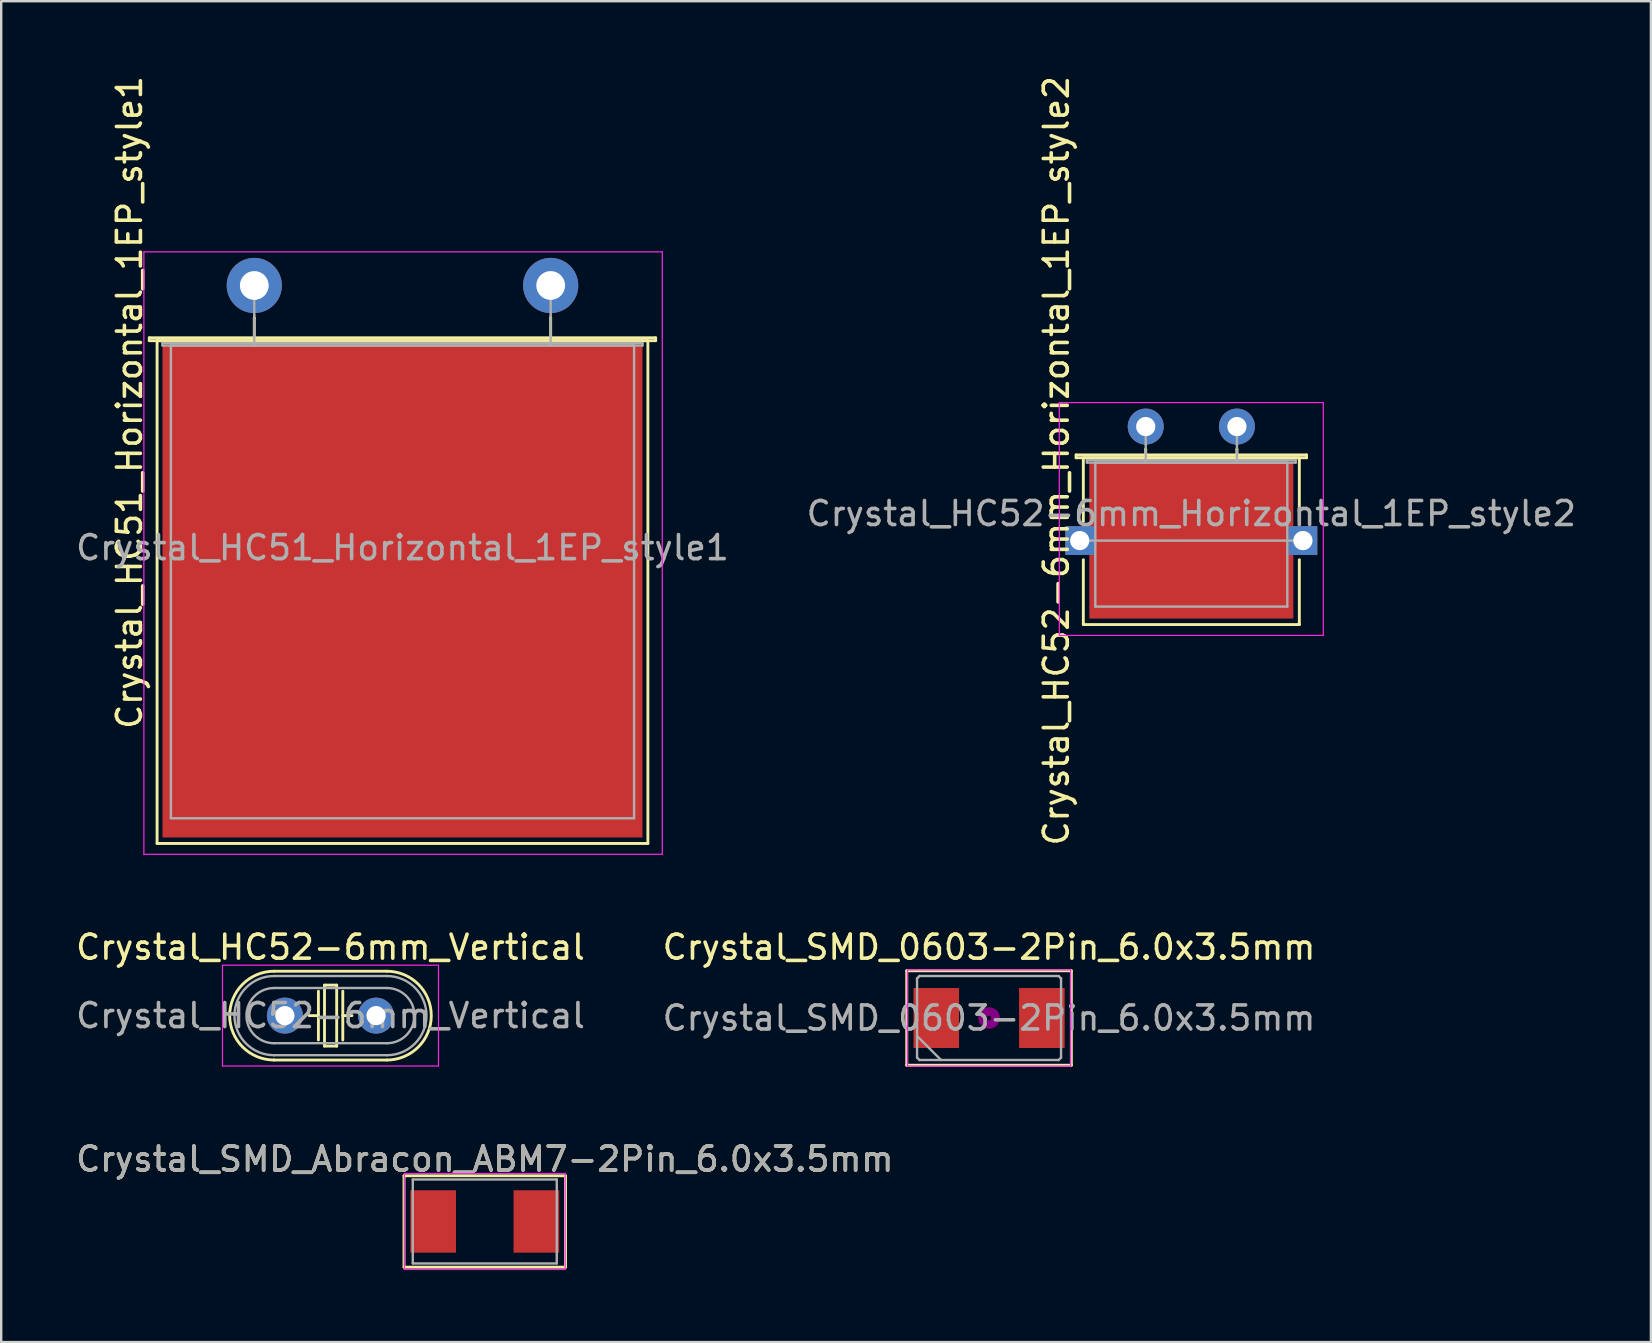
<source format=kicad_pcb>
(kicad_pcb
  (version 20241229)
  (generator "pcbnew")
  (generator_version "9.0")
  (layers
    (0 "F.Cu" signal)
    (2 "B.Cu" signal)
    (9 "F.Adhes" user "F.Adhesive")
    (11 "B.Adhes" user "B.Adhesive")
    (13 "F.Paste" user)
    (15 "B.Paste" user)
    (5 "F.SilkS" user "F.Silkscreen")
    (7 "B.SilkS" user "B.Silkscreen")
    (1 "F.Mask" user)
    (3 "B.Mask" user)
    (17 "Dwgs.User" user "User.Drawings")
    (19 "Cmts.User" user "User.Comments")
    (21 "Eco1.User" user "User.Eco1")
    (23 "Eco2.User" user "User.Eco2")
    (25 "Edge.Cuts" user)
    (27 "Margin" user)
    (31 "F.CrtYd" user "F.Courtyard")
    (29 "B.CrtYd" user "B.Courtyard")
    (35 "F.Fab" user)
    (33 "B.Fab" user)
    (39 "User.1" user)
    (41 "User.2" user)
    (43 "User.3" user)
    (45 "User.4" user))
  (footprint "Crystal_SMD_0603-2Pin_6.0x3.5mm"
    (layer "F.Cu")
    (at 38.161 39.368)
    (property "Reference" "Crystal_SMD_0603-2Pin_6.0x3.5mm" (at 0 -2.95 0) (layer "F.SilkS") (effects (font (size 1 1) (thickness 0.15))))
    (attr smd)
    (fp_line (start -3.429 -1.968) (end -3.429 1.968) (stroke (width 0.12) (type solid)) (layer "F.SilkS"))
    (fp_line (start -3.429 1.968) (end 3.429 1.968) (stroke (width 0.12) (type solid)) (layer "F.SilkS"))
    (fp_line (start 3.429 -1.968) (end -3.429 -1.968) (stroke (width 0.12) (type solid)) (layer "F.SilkS"))
    (fp_line (start 3.429 1.968) (end 3.429 -1.968) (stroke (width 0.12) (type solid)) (layer "F.SilkS"))
    (fp_circle (center 0 0) (end 0.093 0) (stroke (width 0.187) (type solid)) (fill no) (layer "F.Adhes"))
    (fp_circle (center 0 0) (end 0.213 0) (stroke (width 0.133) (type solid)) (fill no) (layer "F.Adhes"))
    (fp_circle (center 0 0) (end 0.333 0) (stroke (width 0.133) (type solid)) (fill no) (layer "F.Adhes"))
    (fp_circle (center 0 0) (end 0.4 0) (stroke (width 0.1) (type solid)) (fill no) (layer "F.Adhes"))
    (fp_line (start -3.4 -2) (end -3.4 2) (stroke (width 0.05) (type solid)) (layer "F.CrtYd"))
    (fp_line (start -3.4 2) (end 3.4 2) (stroke (width 0.05) (type solid)) (layer "F.CrtYd"))
    (fp_line (start 3.4 -2) (end -3.4 -2) (stroke (width 0.05) (type solid)) (layer "F.CrtYd"))
    (fp_line (start 3.4 2) (end 3.4 -2) (stroke (width 0.05) (type solid)) (layer "F.CrtYd"))
    (fp_line (start -3 -1.65) (end -2.9 -1.75) (stroke (width 0.1) (type solid)) (layer "F.Fab"))
    (fp_line (start -3 0.75) (end -2 1.75) (stroke (width 0.1) (type solid)) (layer "F.Fab"))
    (fp_line (start -3 1.65) (end -3 -1.65) (stroke (width 0.1) (type solid)) (layer "F.Fab"))
    (fp_line (start -2.9 -1.75) (end 2.9 -1.75) (stroke (width 0.1) (type solid)) (layer "F.Fab"))
    (fp_line (start -2.9 1.75) (end -3 1.65) (stroke (width 0.1) (type solid)) (layer "F.Fab"))
    (fp_line (start 2.9 -1.75) (end 3 -1.65) (stroke (width 0.1) (type solid)) (layer "F.Fab"))
    (fp_line (start 2.9 1.75) (end -2.9 1.75) (stroke (width 0.1) (type solid)) (layer "F.Fab"))
    (fp_line (start 3 -1.65) (end 3 1.65) (stroke (width 0.1) (type solid)) (layer "F.Fab"))
    (fp_line (start 3 1.65) (end 2.9 1.75) (stroke (width 0.1) (type solid)) (layer "F.Fab"))
    (fp_text user "${REFERENCE}" (at 0 0 0) (layer "F.Fab") (effects (font (size 1 1) (thickness 0.15))))
    (pad "1" smd rect (at -2.2 0) (size 1.9 2.5) (layers "F.Cu" "F.Mask" "F.Paste"))
    (pad "2" smd rect (at 2.2 0) (size 1.9 2.5) (layers "F.Cu" "F.Mask" "F.Paste")))
  (footprint "Crystal_HC51_Horizontal_1EP_style1"
    (layer "F.Cu")
    (at 7.545 8.845)
    (property "Reference" "Crystal_HC51_Horizontal_1EP_style1" (at -5.2 4.875 90) (layer "F.SilkS") (effects (font (size 1 1) (thickness 0.15))))
    (attr through_hole)
    (fp_line (start -4.375 2.18) (end 16.725 2.18) (stroke (width 0.12) (type solid)) (layer "F.SilkS"))
    (fp_line (start -4.375 2.3) (end -4.375 2.18) (stroke (width 0.12) (type solid)) (layer "F.SilkS"))
    (fp_line (start -4.05 2.3) (end -4.05 23.25) (stroke (width 0.12) (type solid)) (layer "F.SilkS"))
    (fp_line (start -4.05 23.25) (end 16.4 23.25) (stroke (width 0.12) (type solid)) (layer "F.SilkS"))
    (fp_line (start 0 1.35) (end 0 1.35) (stroke (width 0.12) (type solid)) (layer "F.SilkS"))
    (fp_line (start 0 2.3) (end 0 1.35) (stroke (width 0.12) (type solid)) (layer "F.SilkS"))
    (fp_line (start 12.35 1.35) (end 12.35 1.35) (stroke (width 0.12) (type solid)) (layer "F.SilkS"))
    (fp_line (start 12.35 2.3) (end 12.35 1.35) (stroke (width 0.12) (type solid)) (layer "F.SilkS"))
    (fp_line (start 16.375 2.3) (end -4.025 2.3) (stroke (width 0.12) (type solid)) (layer "F.SilkS"))
    (fp_line (start 16.4 23.25) (end 16.4 2.3) (stroke (width 0.12) (type solid)) (layer "F.SilkS"))
    (fp_line (start 16.725 2.18) (end 16.725 2.3) (stroke (width 0.12) (type solid)) (layer "F.SilkS"))
    (fp_line (start 16.725 2.3) (end -4.375 2.3) (stroke (width 0.12) (type solid)) (layer "F.SilkS"))
    (fp_line (start -4.6 -1.4) (end -4.6 23.7) (stroke (width 0.05) (type solid)) (layer "F.CrtYd"))
    (fp_line (start -4.6 23.7) (end 17 23.7) (stroke (width 0.05) (type solid)) (layer "F.CrtYd"))
    (fp_line (start 17 -1.4) (end -4.6 -1.4) (stroke (width 0.05) (type solid)) (layer "F.CrtYd"))
    (fp_line (start 17 23.7) (end 17 -1.4) (stroke (width 0.05) (type solid)) (layer "F.CrtYd"))
    (fp_line (start -3.825 2.4) (end 16.175 2.4) (stroke (width 0.1) (type solid)) (layer "F.Fab"))
    (fp_line (start -3.825 2.5) (end -3.825 2.4) (stroke (width 0.1) (type solid)) (layer "F.Fab"))
    (fp_line (start -3.475 2.5) (end -3.475 22.2) (stroke (width 0.1) (type solid)) (layer "F.Fab"))
    (fp_line (start -3.475 22.2) (end 15.825 22.2) (stroke (width 0.1) (type solid)) (layer "F.Fab"))
    (fp_line (start 0 1.25) (end 0 0) (stroke (width 0.1) (type solid)) (layer "F.Fab"))
    (fp_line (start 0 2.5) (end 0 1.25) (stroke (width 0.1) (type solid)) (layer "F.Fab"))
    (fp_line (start 12.35 1.25) (end 12.35 0) (stroke (width 0.1) (type solid)) (layer "F.Fab"))
    (fp_line (start 12.35 2.5) (end 12.35 1.25) (stroke (width 0.1) (type solid)) (layer "F.Fab"))
    (fp_line (start 15.825 2.5) (end -3.475 2.5) (stroke (width 0.1) (type solid)) (layer "F.Fab"))
    (fp_line (start 15.825 22.2) (end 15.825 2.5) (stroke (width 0.1) (type solid)) (layer "F.Fab"))
    (fp_line (start 16.175 2.4) (end 16.175 2.5) (stroke (width 0.1) (type solid)) (layer "F.Fab"))
    (fp_line (start 16.175 2.5) (end -3.825 2.5) (stroke (width 0.1) (type solid)) (layer "F.Fab"))
    (fp_text user "${REFERENCE}" (at 6.175 10.925 0) (layer "F.Fab") (effects (font (size 1 1) (thickness 0.15))))
    (pad "1" thru_hole circle (at 0 0) (size 2.3 2.3) (drill 1.2) (layers "*.Cu" "*.Mask"))
    (pad "2" thru_hole circle (at 12.35 0) (size 2.3 2.3) (drill 1.2) (layers "*.Cu" "*.Mask"))
    (pad "3" smd rect (at 6.175 12.75) (size 20 20.5) (layers "F.Cu" "F.Mask" "F.Paste")))
  (footprint "Crystal_HC52-6mm_Horizontal_1EP_style2"
    (layer "F.Cu")
    (at 44.689 14.724)
    (property "Reference" "Crystal_HC52-6mm_Horizontal_1EP_style2" (at -3.725 1.425 90) (layer "F.SilkS") (effects (font (size 1 1) (thickness 0.15))))
    (attr through_hole)
    (fp_line (start -2.9 1.18) (end 6.7 1.18) (stroke (width 0.12) (type solid)) (layer "F.SilkS"))
    (fp_line (start -2.9 1.3) (end -2.9 1.18) (stroke (width 0.12) (type solid)) (layer "F.SilkS"))
    (fp_line (start -2.6 3.95) (end -2.6 1.3) (stroke (width 0.12) (type solid)) (layer "F.SilkS"))
    (fp_line (start -2.6 5.55) (end -2.6 8.2) (stroke (width 0.12) (type solid)) (layer "F.SilkS"))
    (fp_line (start -2.6 8.2) (end -2.6 8.25) (stroke (width 0.12) (type solid)) (layer "F.SilkS"))
    (fp_line (start -2.6 8.25) (end 6.35 8.25) (stroke (width 0.12) (type solid)) (layer "F.SilkS"))
    (fp_line (start -2.55 1.3) (end 6.35 1.3) (stroke (width 0.12) (type solid)) (layer "F.SilkS"))
    (fp_line (start 0 0.95) (end 0 0.95) (stroke (width 0.12) (type solid)) (layer "F.SilkS"))
    (fp_line (start 0 1.3) (end 0 0.95) (stroke (width 0.12) (type solid)) (layer "F.SilkS"))
    (fp_line (start 3.8 0.95) (end 3.8 0.95) (stroke (width 0.12) (type solid)) (layer "F.SilkS"))
    (fp_line (start 3.8 1.3) (end 3.8 0.95) (stroke (width 0.12) (type solid)) (layer "F.SilkS"))
    (fp_line (start 6.35 8.25) (end 6.4 8.25) (stroke (width 0.12) (type solid)) (layer "F.SilkS"))
    (fp_line (start 6.4 1.3) (end 6.4 3.95) (stroke (width 0.12) (type solid)) (layer "F.SilkS"))
    (fp_line (start 6.4 8.25) (end 6.4 5.55) (stroke (width 0.12) (type solid)) (layer "F.SilkS"))
    (fp_line (start 6.7 1.18) (end 6.7 1.3) (stroke (width 0.12) (type solid)) (layer "F.SilkS"))
    (fp_line (start 6.7 1.3) (end -2.9 1.3) (stroke (width 0.12) (type solid)) (layer "F.SilkS"))
    (fp_line (start -3.6 -1) (end -3.6 8.7) (stroke (width 0.05) (type solid)) (layer "F.CrtYd"))
    (fp_line (start -3.6 8.7) (end 7.4 8.7) (stroke (width 0.05) (type solid)) (layer "F.CrtYd"))
    (fp_line (start 7.4 -1) (end -3.6 -1) (stroke (width 0.05) (type solid)) (layer "F.CrtYd"))
    (fp_line (start 7.4 8.7) (end 7.4 -1) (stroke (width 0.05) (type solid)) (layer "F.CrtYd"))
    (fp_line (start -2.75 4.75) (end 6.55 4.75) (stroke (width 0.1) (type solid)) (layer "F.Fab"))
    (fp_line (start -2.45 1.4) (end 6.25 1.4) (stroke (width 0.1) (type solid)) (layer "F.Fab"))
    (fp_line (start -2.45 1.5) (end -2.45 1.4) (stroke (width 0.1) (type solid)) (layer "F.Fab"))
    (fp_line (start -2.1 1.5) (end -2.1 7.5) (stroke (width 0.1) (type solid)) (layer "F.Fab"))
    (fp_line (start -2.1 7.5) (end 5.9 7.5) (stroke (width 0.1) (type solid)) (layer "F.Fab"))
    (fp_line (start 0 0.75) (end 0 0) (stroke (width 0.1) (type solid)) (layer "F.Fab"))
    (fp_line (start 0 1.5) (end 0 0.75) (stroke (width 0.1) (type solid)) (layer "F.Fab"))
    (fp_line (start 3.8 0.75) (end 3.8 0) (stroke (width 0.1) (type solid)) (layer "F.Fab"))
    (fp_line (start 3.8 1.5) (end 3.8 0.75) (stroke (width 0.1) (type solid)) (layer "F.Fab"))
    (fp_line (start 5.9 1.5) (end -2.1 1.5) (stroke (width 0.1) (type solid)) (layer "F.Fab"))
    (fp_line (start 5.9 7.5) (end 5.9 1.5) (stroke (width 0.1) (type solid)) (layer "F.Fab"))
    (fp_line (start 6.25 1.4) (end 6.25 1.5) (stroke (width 0.1) (type solid)) (layer "F.Fab"))
    (fp_line (start 6.25 1.5) (end -2.45 1.5) (stroke (width 0.1) (type solid)) (layer "F.Fab"))
    (fp_text user "${REFERENCE}" (at 1.9 3.625 0) (layer "F.Fab") (effects (font (size 1 1) (thickness 0.15))))
    (pad "1" thru_hole circle (at 0 0) (size 1.5 1.5) (drill 0.8) (layers "*.Cu" "*.Mask"))
    (pad "2" thru_hole circle (at 3.8 0) (size 1.5 1.5) (drill 0.8) (layers "*.Cu" "*.Mask"))
    (pad "3" thru_hole rect (at -2.75 4.75) (size 1.2 1.2) (drill 0.8) (layers "*.Cu" "*.Mask"))
    (pad "3" smd rect (at 1.9 4.75) (size 8.5 6.5) (layers "F.Cu" "F.Mask" "F.Paste"))
    (pad "3" thru_hole rect (at 6.55 4.75) (size 1.2 1.2) (drill 0.8) (layers "*.Cu" "*.Mask")))
  (footprint "Crystal_SMD_Abracon_ABM7-2Pin_6.0x3.5mm"
    (layer "F.Cu")
    (at 17.149 47.845)
    (property "Reference" "Crystal_SMD_Abracon_ABM7-2Pin_6.0x3.5mm" (at 0 -2.6 0) (layer "F.SilkS") (effects (font (size 1 1) (thickness 0.15))))
    (attr smd)
    (fp_line (start -3.365 -1.905) (end -3.365 1.905) (stroke (width 0.12) (type solid)) (layer "F.SilkS"))
    (fp_line (start -3.365 -1.905) (end 3.365 -1.905) (stroke (width 0.12) (type solid)) (layer "F.SilkS"))
    (fp_line (start 3.365 -1.905) (end 3.365 1.905) (stroke (width 0.12) (type solid)) (layer "F.SilkS"))
    (fp_line (start 3.365 1.905) (end -3.365 1.905) (stroke (width 0.12) (type solid)) (layer "F.SilkS"))
    (fp_line (start -3.35 -2) (end -3.35 2) (stroke (width 0.05) (type solid)) (layer "F.CrtYd"))
    (fp_line (start -3.35 -2) (end 3.35 -2) (stroke (width 0.05) (type solid)) (layer "F.CrtYd"))
    (fp_line (start 3.35 2) (end -3.35 2) (stroke (width 0.05) (type solid)) (layer "F.CrtYd"))
    (fp_line (start 3.35 2) (end 3.35 -2) (stroke (width 0.05) (type solid)) (layer "F.CrtYd"))
    (fp_line (start -3 -1.75) (end -3 1.75) (stroke (width 0.1) (type solid)) (layer "F.Fab"))
    (fp_line (start -3 -1.75) (end 3 -1.75) (stroke (width 0.1) (type solid)) (layer "F.Fab"))
    (fp_line (start -3 1.75) (end 3 1.75) (stroke (width 0.1) (type solid)) (layer "F.Fab"))
    (fp_line (start 3 -1.75) (end 3 1.75) (stroke (width 0.1) (type solid)) (layer "F.Fab"))
    (fp_text user "${REFERENCE}" (at 0 -2.6 0) (layer "F.Fab") (effects (font (size 1 1) (thickness 0.15))))
    (pad "1" smd rect (at -2.15 0) (size 1.9 2.6) (layers "F.Cu" "F.Mask" "F.Paste"))
    (pad "2" smd rect (at 2.15 0) (size 1.9 2.6) (layers "F.Cu" "F.Mask" "F.Paste")))
  (footprint "Crystal_HC52-6mm_Vertical"
    (layer "F.Cu")
    (at 8.82 39.268)
    (property "Reference" "Crystal_HC52-6mm_Vertical" (at 1.9 -2.85 0) (layer "F.SilkS") (effects (font (size 1 1) (thickness 0.15))))
    (attr through_hole)
    (fp_line (start -0.45 -1.85) (end 4.25 -1.85) (stroke (width 0.12) (type solid)) (layer "F.SilkS"))
    (fp_line (start -0.45 1.85) (end 4.25 1.85) (stroke (width 0.12) (type solid)) (layer "F.SilkS"))
    (fp_line (start 1.016 0) (end 1.397 0) (stroke (width 0.12) (type solid)) (layer "F.SilkS"))
    (fp_line (start 1.397 0) (end 1.397 -1.016) (stroke (width 0.12) (type solid)) (layer "F.SilkS"))
    (fp_line (start 1.397 0) (end 1.397 1.016) (stroke (width 0.12) (type solid)) (layer "F.SilkS"))
    (fp_line (start 1.651 -1.27) (end 1.651 1.27) (stroke (width 0.12) (type solid)) (layer "F.SilkS"))
    (fp_line (start 1.651 1.27) (end 2.159 1.27) (stroke (width 0.12) (type solid)) (layer "F.SilkS"))
    (fp_line (start 2.159 -1.27) (end 1.651 -1.27) (stroke (width 0.12) (type solid)) (layer "F.SilkS"))
    (fp_line (start 2.159 1.27) (end 2.159 -1.27) (stroke (width 0.12) (type solid)) (layer "F.SilkS"))
    (fp_line (start 2.413 -1.016) (end 2.413 1.016) (stroke (width 0.12) (type solid)) (layer "F.SilkS"))
    (fp_line (start 2.413 0) (end 2.794 0) (stroke (width 0.12) (type solid)) (layer "F.SilkS"))
    (fp_arc (start -0.45 1.85) (mid -2.3 0) (end -0.45 -1.85) (stroke (width 0.12) (type solid)) (layer "F.SilkS"))
    (fp_arc (start 4.25 -1.85) (mid 6.1 0) (end 4.25 1.85) (stroke (width 0.12) (type solid)) (layer "F.SilkS"))
    (fp_line (start -2.6 -2.1) (end -2.6 2.1) (stroke (width 0.05) (type solid)) (layer "F.CrtYd"))
    (fp_line (start -2.6 2.1) (end 6.4 2.1) (stroke (width 0.05) (type solid)) (layer "F.CrtYd"))
    (fp_line (start 6.4 -2.1) (end -2.6 -2.1) (stroke (width 0.05) (type solid)) (layer "F.CrtYd"))
    (fp_line (start 6.4 2.1) (end 6.4 -2.1) (stroke (width 0.05) (type solid)) (layer "F.CrtYd"))
    (fp_line (start -0.45 -1.65) (end 4.25 -1.65) (stroke (width 0.1) (type solid)) (layer "F.Fab"))
    (fp_line (start -0.45 -1.15) (end 4.25 -1.15) (stroke (width 0.1) (type solid)) (layer "F.Fab"))
    (fp_line (start -0.45 1.15) (end 4.25 1.15) (stroke (width 0.1) (type solid)) (layer "F.Fab"))
    (fp_line (start -0.45 1.65) (end 4.25 1.65) (stroke (width 0.1) (type solid)) (layer "F.Fab"))
    (fp_arc (start -0.45 1.15) (mid -1.6 0) (end -0.45 -1.15) (stroke (width 0.1) (type solid)) (layer "F.Fab"))
    (fp_arc (start -0.45 1.65) (mid -2.1 0) (end -0.45 -1.65) (stroke (width 0.1) (type solid)) (layer "F.Fab"))
    (fp_arc (start 4.25 -1.65) (mid 5.9 0) (end 4.25 1.65) (stroke (width 0.1) (type solid)) (layer "F.Fab"))
    (fp_arc (start 4.25 -1.15) (mid 5.4 0) (end 4.25 1.15) (stroke (width 0.1) (type solid)) (layer "F.Fab"))
    (fp_text user "${REFERENCE}" (at 1.9 0 0) (layer "F.Fab") (effects (font (size 1 1) (thickness 0.15))))
    (pad "1" thru_hole circle (at 0 0) (size 1.5 1.5) (drill 0.8) (layers "*.Cu" "*.Mask"))
    (pad "2" thru_hole circle (at 3.8 0) (size 1.5 1.5) (drill 0.8) (layers "*.Cu" "*.Mask")))
  (gr_rect
    (start -3 -3)
    (end 65.738 52.87)
    (stroke (width 0.1) (type default))
    (fill no)
    (layer "Edge.Cuts")))
</source>
